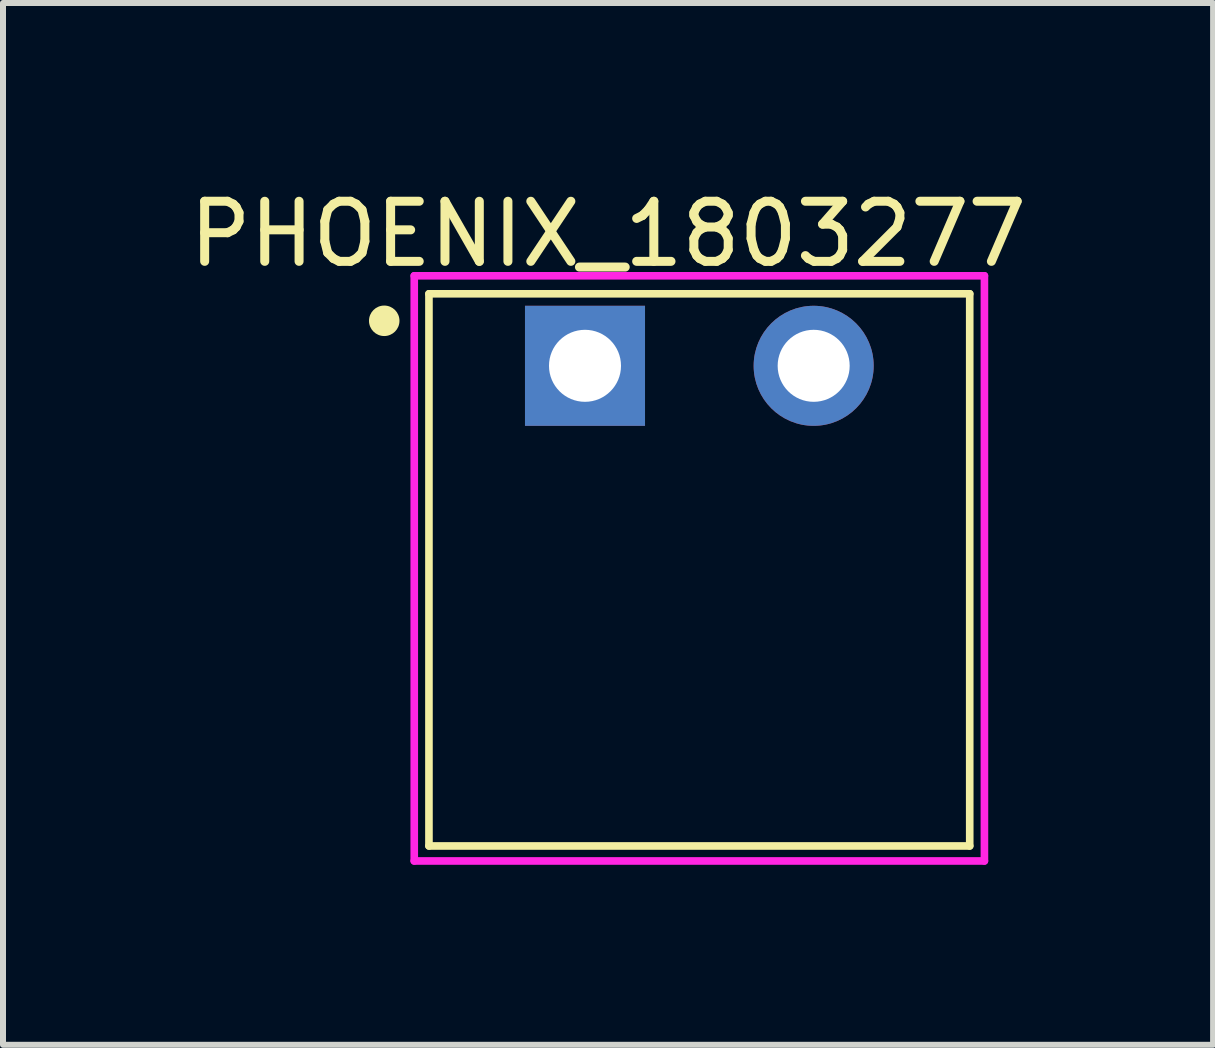
<source format=kicad_pcb>
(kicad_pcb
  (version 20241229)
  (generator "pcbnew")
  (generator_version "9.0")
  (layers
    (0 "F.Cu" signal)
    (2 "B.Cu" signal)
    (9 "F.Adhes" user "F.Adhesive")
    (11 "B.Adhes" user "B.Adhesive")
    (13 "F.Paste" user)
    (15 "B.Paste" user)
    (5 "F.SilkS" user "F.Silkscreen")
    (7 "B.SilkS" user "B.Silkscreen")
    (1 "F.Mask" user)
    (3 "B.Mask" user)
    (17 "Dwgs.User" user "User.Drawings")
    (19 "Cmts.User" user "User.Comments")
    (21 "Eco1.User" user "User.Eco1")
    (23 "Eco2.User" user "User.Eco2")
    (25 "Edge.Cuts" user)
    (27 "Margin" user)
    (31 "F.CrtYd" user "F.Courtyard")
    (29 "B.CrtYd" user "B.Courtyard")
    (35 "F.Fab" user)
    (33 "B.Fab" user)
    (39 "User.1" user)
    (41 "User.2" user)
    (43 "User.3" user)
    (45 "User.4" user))
  (footprint "PHOENIX_1803277"
    (layer "F.Cu")
    (at 8.602 3.045)
    (property "Reference" "PHOENIX_1803277" (at -1.521 -2.196 0) (layer "F.SilkS") (effects (font (size 1.001 1.001) (thickness 0.15))))
    (attr through_hole)
    (fp_line (start -4.505 -1.2) (end 4.505 -1.2) (stroke (width 0.127) (type solid)) (layer "F.SilkS"))
    (fp_line (start -4.505 8) (end -4.505 -1.2) (stroke (width 0.127) (type solid)) (layer "F.SilkS"))
    (fp_line (start 4.505 -1.2) (end 4.505 8) (stroke (width 0.127) (type solid)) (layer "F.SilkS"))
    (fp_line (start 4.505 8) (end -4.505 8) (stroke (width 0.127) (type solid)) (layer "F.SilkS"))
    (fp_circle (center -5.25 -0.75) (end -4.996 -0.75) (stroke (width 0) (type solid)) (fill yes) (layer "F.SilkS"))
    (fp_line (start -4.75 -1.5) (end 4.75 -1.5) (stroke (width 0.127) (type solid)) (layer "F.CrtYd"))
    (fp_line (start -4.75 8.25) (end -4.75 -1.5) (stroke (width 0.127) (type solid)) (layer "F.CrtYd"))
    (fp_line (start 4.75 -1.5) (end 4.75 8.25) (stroke (width 0.127) (type solid)) (layer "F.CrtYd"))
    (fp_line (start 4.75 8.25) (end -4.75 8.25) (stroke (width 0.127) (type solid)) (layer "F.CrtYd"))
    (pad "1" thru_hole rect (at -1.905 0) (size 2 2) (drill 1.2) (layers "*.Cu" "*.Mask"))
    (pad "2" thru_hole circle (at 1.905 0) (size 2 2) (drill 1.2) (layers "*.Cu" "*.Mask")))
  (gr_rect
    (start -3 -3)
    (end 17.162 14.358)
    (stroke (width 0.1) (type default))
    (fill no)
    (layer "Edge.Cuts")))
</source>
